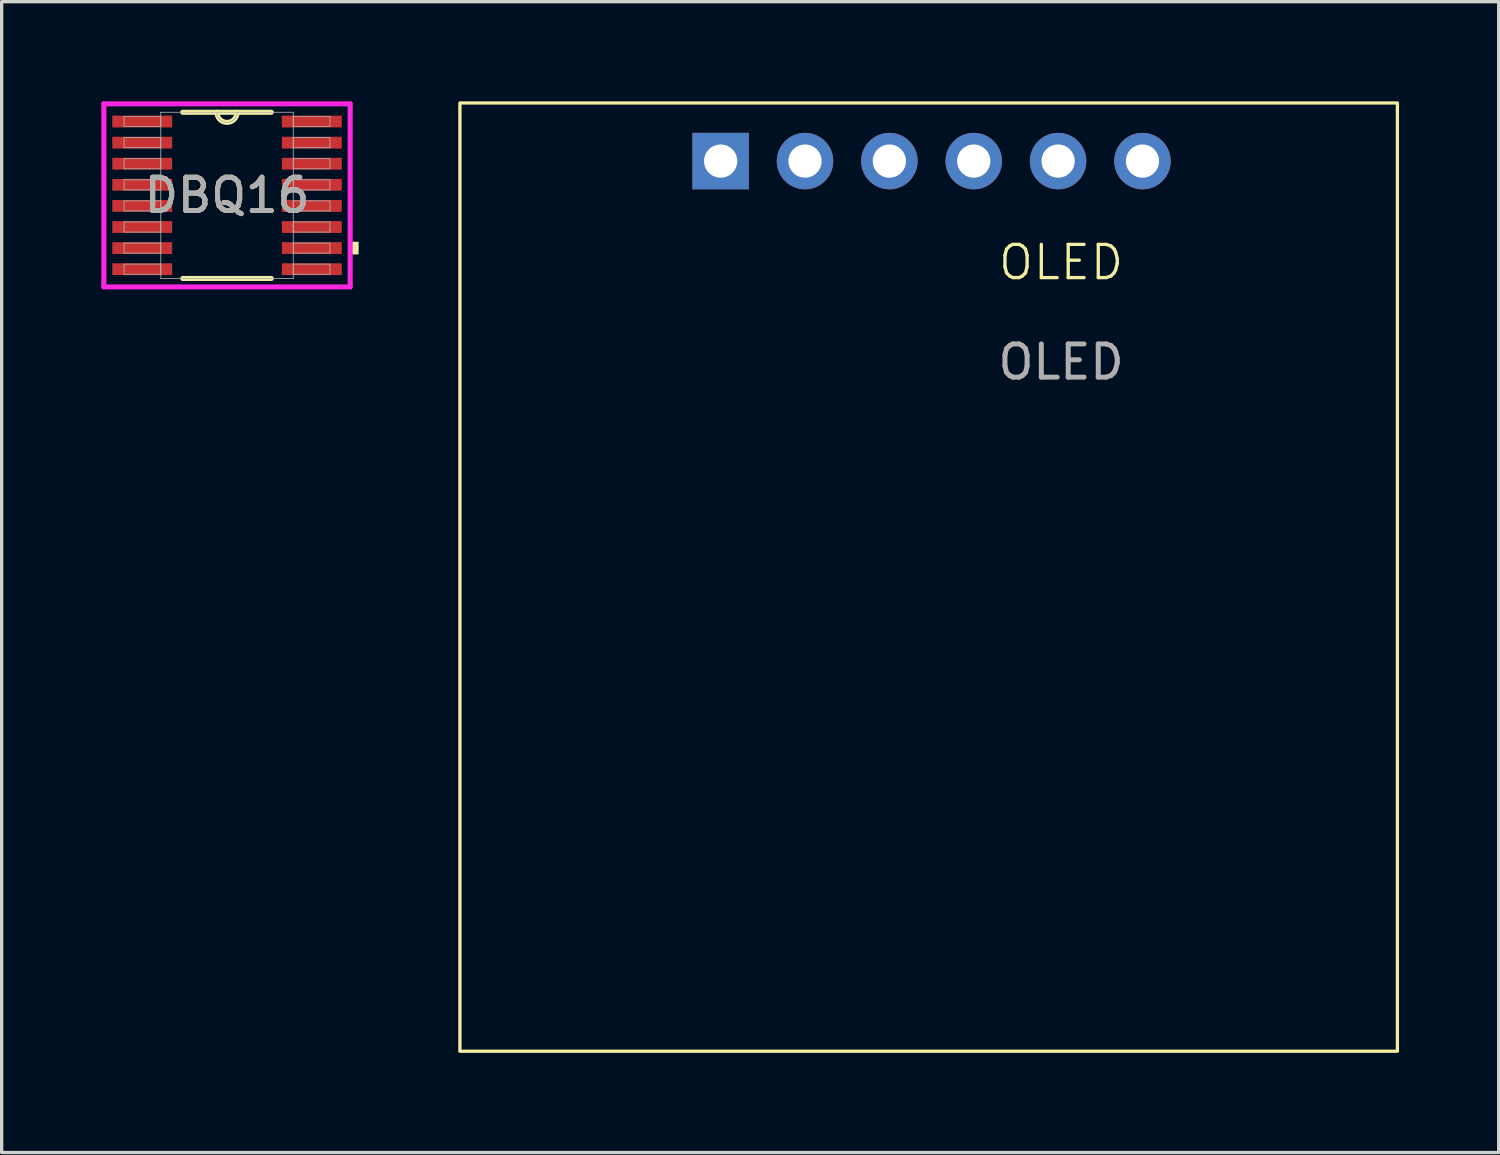
<source format=kicad_pcb>
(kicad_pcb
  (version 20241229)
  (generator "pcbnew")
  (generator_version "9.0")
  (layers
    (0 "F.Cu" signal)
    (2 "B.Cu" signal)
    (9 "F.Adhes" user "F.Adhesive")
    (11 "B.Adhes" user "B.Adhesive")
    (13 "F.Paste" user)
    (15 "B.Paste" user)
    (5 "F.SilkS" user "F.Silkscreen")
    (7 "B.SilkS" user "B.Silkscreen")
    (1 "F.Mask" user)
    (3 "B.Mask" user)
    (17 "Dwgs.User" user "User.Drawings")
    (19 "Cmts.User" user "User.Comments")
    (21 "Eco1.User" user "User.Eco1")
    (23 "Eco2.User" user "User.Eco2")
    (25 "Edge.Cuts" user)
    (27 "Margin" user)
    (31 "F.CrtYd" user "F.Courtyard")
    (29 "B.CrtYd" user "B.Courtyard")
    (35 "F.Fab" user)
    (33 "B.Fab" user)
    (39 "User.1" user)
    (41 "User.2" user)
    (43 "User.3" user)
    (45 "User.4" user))
  (footprint "DBQ16"
    (layer "F.Cu")
    (at 3.785 2.832)
    (property "Reference" "DBQ16" (at 0 0 0) (unlocked yes) (layer "F.SilkS") (effects (font (size 1 1) (thickness 0.15))))
    (attr smd)
    (fp_line (start -1.334 2.502) (end 1.334 2.502) (stroke (width 0.152) (type solid)) (layer "F.SilkS"))
    (fp_line (start 1.334 -2.502) (end -1.334 -2.502) (stroke (width 0.152) (type solid)) (layer "F.SilkS"))
    (fp_arc (start 0.3048 -2.5019) (mid 0 -2.1971) (end -0.3048 -2.5019) (stroke (width 0.1524) (type solid)) (layer "F.SilkS"))
    (fp_poly (pts (xy 3.962 1.397) (xy 3.962 1.778) (xy 3.708 1.778) (xy 3.708 1.397)) (stroke (width 0) (type solid)) (fill yes) (layer "F.SilkS"))
    (fp_line (start -3.708 -2.756) (end 3.708 -2.756) (stroke (width 0.152) (type solid)) (layer "F.CrtYd"))
    (fp_line (start -3.708 2.756) (end -3.708 -2.756) (stroke (width 0.152) (type solid)) (layer "F.CrtYd"))
    (fp_line (start 3.708 -2.756) (end 3.708 2.756) (stroke (width 0.152) (type solid)) (layer "F.CrtYd"))
    (fp_line (start 3.708 2.756) (end -3.708 2.756) (stroke (width 0.152) (type solid)) (layer "F.CrtYd"))
    (fp_line (start -3.099 -2.375) (end -3.099 -2.07) (stroke (width 0.025) (type solid)) (layer "F.Fab"))
    (fp_line (start -3.099 -2.07) (end -1.994 -2.07) (stroke (width 0.025) (type solid)) (layer "F.Fab"))
    (fp_line (start -3.099 -1.74) (end -3.099 -1.435) (stroke (width 0.025) (type solid)) (layer "F.Fab"))
    (fp_line (start -3.099 -1.435) (end -1.994 -1.435) (stroke (width 0.025) (type solid)) (layer "F.Fab"))
    (fp_line (start -3.099 -1.105) (end -3.099 -0.8) (stroke (width 0.025) (type solid)) (layer "F.Fab"))
    (fp_line (start -3.099 -0.8) (end -1.994 -0.8) (stroke (width 0.025) (type solid)) (layer "F.Fab"))
    (fp_line (start -3.099 -0.47) (end -3.099 -0.165) (stroke (width 0.025) (type solid)) (layer "F.Fab"))
    (fp_line (start -3.099 -0.165) (end -1.994 -0.165) (stroke (width 0.025) (type solid)) (layer "F.Fab"))
    (fp_line (start -3.099 0.165) (end -3.099 0.47) (stroke (width 0.025) (type solid)) (layer "F.Fab"))
    (fp_line (start -3.099 0.47) (end -1.994 0.47) (stroke (width 0.025) (type solid)) (layer "F.Fab"))
    (fp_line (start -3.099 0.8) (end -3.099 1.105) (stroke (width 0.025) (type solid)) (layer "F.Fab"))
    (fp_line (start -3.099 1.105) (end -1.994 1.105) (stroke (width 0.025) (type solid)) (layer "F.Fab"))
    (fp_line (start -3.099 1.435) (end -3.099 1.74) (stroke (width 0.025) (type solid)) (layer "F.Fab"))
    (fp_line (start -3.099 1.74) (end -1.994 1.74) (stroke (width 0.025) (type solid)) (layer "F.Fab"))
    (fp_line (start -3.099 2.07) (end -3.099 2.375) (stroke (width 0.025) (type solid)) (layer "F.Fab"))
    (fp_line (start -3.099 2.375) (end -1.994 2.375) (stroke (width 0.025) (type solid)) (layer "F.Fab"))
    (fp_line (start -1.994 -2.502) (end -1.994 2.502) (stroke (width 0.025) (type solid)) (layer "F.Fab"))
    (fp_line (start -1.994 -2.375) (end -3.099 -2.375) (stroke (width 0.025) (type solid)) (layer "F.Fab"))
    (fp_line (start -1.994 -2.07) (end -1.994 -2.375) (stroke (width 0.025) (type solid)) (layer "F.Fab"))
    (fp_line (start -1.994 -1.74) (end -3.099 -1.74) (stroke (width 0.025) (type solid)) (layer "F.Fab"))
    (fp_line (start -1.994 -1.435) (end -1.994 -1.74) (stroke (width 0.025) (type solid)) (layer "F.Fab"))
    (fp_line (start -1.994 -1.105) (end -3.099 -1.105) (stroke (width 0.025) (type solid)) (layer "F.Fab"))
    (fp_line (start -1.994 -0.8) (end -1.994 -1.105) (stroke (width 0.025) (type solid)) (layer "F.Fab"))
    (fp_line (start -1.994 -0.47) (end -3.099 -0.47) (stroke (width 0.025) (type solid)) (layer "F.Fab"))
    (fp_line (start -1.994 -0.165) (end -1.994 -0.47) (stroke (width 0.025) (type solid)) (layer "F.Fab"))
    (fp_line (start -1.994 0.165) (end -3.099 0.165) (stroke (width 0.025) (type solid)) (layer "F.Fab"))
    (fp_line (start -1.994 0.47) (end -1.994 0.165) (stroke (width 0.025) (type solid)) (layer "F.Fab"))
    (fp_line (start -1.994 0.8) (end -3.099 0.8) (stroke (width 0.025) (type solid)) (layer "F.Fab"))
    (fp_line (start -1.994 1.105) (end -1.994 0.8) (stroke (width 0.025) (type solid)) (layer "F.Fab"))
    (fp_line (start -1.994 1.435) (end -3.099 1.435) (stroke (width 0.025) (type solid)) (layer "F.Fab"))
    (fp_line (start -1.994 1.74) (end -1.994 1.435) (stroke (width 0.025) (type solid)) (layer "F.Fab"))
    (fp_line (start -1.994 2.07) (end -3.099 2.07) (stroke (width 0.025) (type solid)) (layer "F.Fab"))
    (fp_line (start -1.994 2.375) (end -1.994 2.07) (stroke (width 0.025) (type solid)) (layer "F.Fab"))
    (fp_line (start -1.994 2.502) (end 1.994 2.502) (stroke (width 0.025) (type solid)) (layer "F.Fab"))
    (fp_line (start 1.994 -2.502) (end -1.994 -2.502) (stroke (width 0.025) (type solid)) (layer "F.Fab"))
    (fp_line (start 1.994 -2.375) (end 1.994 -2.07) (stroke (width 0.025) (type solid)) (layer "F.Fab"))
    (fp_line (start 1.994 -2.07) (end 3.099 -2.07) (stroke (width 0.025) (type solid)) (layer "F.Fab"))
    (fp_line (start 1.994 -1.74) (end 1.994 -1.435) (stroke (width 0.025) (type solid)) (layer "F.Fab"))
    (fp_line (start 1.994 -1.435) (end 3.099 -1.435) (stroke (width 0.025) (type solid)) (layer "F.Fab"))
    (fp_line (start 1.994 -1.105) (end 1.994 -0.8) (stroke (width 0.025) (type solid)) (layer "F.Fab"))
    (fp_line (start 1.994 -0.8) (end 3.099 -0.8) (stroke (width 0.025) (type solid)) (layer "F.Fab"))
    (fp_line (start 1.994 -0.47) (end 1.994 -0.165) (stroke (width 0.025) (type solid)) (layer "F.Fab"))
    (fp_line (start 1.994 -0.165) (end 3.099 -0.165) (stroke (width 0.025) (type solid)) (layer "F.Fab"))
    (fp_line (start 1.994 0.165) (end 1.994 0.47) (stroke (width 0.025) (type solid)) (layer "F.Fab"))
    (fp_line (start 1.994 0.47) (end 3.099 0.47) (stroke (width 0.025) (type solid)) (layer "F.Fab"))
    (fp_line (start 1.994 0.8) (end 1.994 1.105) (stroke (width 0.025) (type solid)) (layer "F.Fab"))
    (fp_line (start 1.994 1.105) (end 3.099 1.105) (stroke (width 0.025) (type solid)) (layer "F.Fab"))
    (fp_line (start 1.994 1.435) (end 1.994 1.74) (stroke (width 0.025) (type solid)) (layer "F.Fab"))
    (fp_line (start 1.994 1.74) (end 3.099 1.74) (stroke (width 0.025) (type solid)) (layer "F.Fab"))
    (fp_line (start 1.994 2.07) (end 1.994 2.375) (stroke (width 0.025) (type solid)) (layer "F.Fab"))
    (fp_line (start 1.994 2.375) (end 3.099 2.375) (stroke (width 0.025) (type solid)) (layer "F.Fab"))
    (fp_line (start 1.994 2.502) (end 1.994 -2.502) (stroke (width 0.025) (type solid)) (layer "F.Fab"))
    (fp_line (start 3.099 -2.375) (end 1.994 -2.375) (stroke (width 0.025) (type solid)) (layer "F.Fab"))
    (fp_line (start 3.099 -2.07) (end 3.099 -2.375) (stroke (width 0.025) (type solid)) (layer "F.Fab"))
    (fp_line (start 3.099 -1.74) (end 1.994 -1.74) (stroke (width 0.025) (type solid)) (layer "F.Fab"))
    (fp_line (start 3.099 -1.435) (end 3.099 -1.74) (stroke (width 0.025) (type solid)) (layer "F.Fab"))
    (fp_line (start 3.099 -1.105) (end 1.994 -1.105) (stroke (width 0.025) (type solid)) (layer "F.Fab"))
    (fp_line (start 3.099 -0.8) (end 3.099 -1.105) (stroke (width 0.025) (type solid)) (layer "F.Fab"))
    (fp_line (start 3.099 -0.47) (end 1.994 -0.47) (stroke (width 0.025) (type solid)) (layer "F.Fab"))
    (fp_line (start 3.099 -0.165) (end 3.099 -0.47) (stroke (width 0.025) (type solid)) (layer "F.Fab"))
    (fp_line (start 3.099 0.165) (end 1.994 0.165) (stroke (width 0.025) (type solid)) (layer "F.Fab"))
    (fp_line (start 3.099 0.47) (end 3.099 0.165) (stroke (width 0.025) (type solid)) (layer "F.Fab"))
    (fp_line (start 3.099 0.8) (end 1.994 0.8) (stroke (width 0.025) (type solid)) (layer "F.Fab"))
    (fp_line (start 3.099 1.105) (end 3.099 0.8) (stroke (width 0.025) (type solid)) (layer "F.Fab"))
    (fp_line (start 3.099 1.435) (end 1.994 1.435) (stroke (width 0.025) (type solid)) (layer "F.Fab"))
    (fp_line (start 3.099 1.74) (end 3.099 1.435) (stroke (width 0.025) (type solid)) (layer "F.Fab"))
    (fp_line (start 3.099 2.07) (end 1.994 2.07) (stroke (width 0.025) (type solid)) (layer "F.Fab"))
    (fp_line (start 3.099 2.375) (end 3.099 2.07) (stroke (width 0.025) (type solid)) (layer "F.Fab"))
    (fp_arc (start 0.3048 -2.5019) (mid 0 -2.1971) (end -0.3048 -2.5019) (stroke (width 0.0254) (type solid)) (layer "F.Fab"))
    (fp_text user "${REFERENCE}" (at 0 0 0) (unlocked yes) (layer "F.Fab") (effects (font (size 1 1) (thickness 0.15))))
    (pad "1" smd rect (at -2.553 -2.223) (size 1.803 0.356) (layers "F.Cu" "F.Mask" "F.Paste"))
    (pad "2" smd rect (at -2.553 -1.587) (size 1.803 0.356) (layers "F.Cu" "F.Mask" "F.Paste"))
    (pad "3" smd rect (at -2.553 -0.953) (size 1.803 0.356) (layers "F.Cu" "F.Mask" "F.Paste"))
    (pad "4" smd rect (at -2.553 -0.318) (size 1.803 0.356) (layers "F.Cu" "F.Mask" "F.Paste"))
    (pad "5" smd rect (at -2.553 0.318) (size 1.803 0.356) (layers "F.Cu" "F.Mask" "F.Paste"))
    (pad "6" smd rect (at -2.553 0.953) (size 1.803 0.356) (layers "F.Cu" "F.Mask" "F.Paste"))
    (pad "7" smd rect (at -2.553 1.587) (size 1.803 0.356) (layers "F.Cu" "F.Mask" "F.Paste"))
    (pad "8" smd rect (at -2.553 2.223) (size 1.803 0.356) (layers "F.Cu" "F.Mask" "F.Paste"))
    (pad "9" smd rect (at 2.553 2.223) (size 1.803 0.356) (layers "F.Cu" "F.Mask" "F.Paste"))
    (pad "10" smd rect (at 2.553 1.587) (size 1.803 0.356) (layers "F.Cu" "F.Mask" "F.Paste"))
    (pad "11" smd rect (at 2.553 0.953) (size 1.803 0.356) (layers "F.Cu" "F.Mask" "F.Paste"))
    (pad "12" smd rect (at 2.553 0.318) (size 1.803 0.356) (layers "F.Cu" "F.Mask" "F.Paste"))
    (pad "13" smd rect (at 2.553 -0.318) (size 1.803 0.356) (layers "F.Cu" "F.Mask" "F.Paste"))
    (pad "14" smd rect (at 2.553 -0.953) (size 1.803 0.356) (layers "F.Cu" "F.Mask" "F.Paste"))
    (pad "15" smd rect (at 2.553 -1.587) (size 1.803 0.356) (layers "F.Cu" "F.Mask" "F.Paste"))
    (pad "16" smd rect (at 2.553 -2.223) (size 1.803 0.356) (layers "F.Cu" "F.Mask" "F.Paste")))
  (footprint "OLED"
    (layer "F.Cu")
    (at 28.897 5.35)
    (property "Reference" "OLED" (at 0 -0.5 0) (unlocked yes) (layer "F.SilkS") (effects (font (size 1 1) (thickness 0.1))))
    (fp_rect (start -18.1 -5.3) (end 10.125 23.25) (stroke (width 0.1) (type default)) (fill no) (layer "F.SilkS"))
    (fp_text user "${REFERENCE}" (at 0 2.5 0) (unlocked yes) (layer "F.Fab") (effects (font (size 1 1) (thickness 0.15))))
    (pad "1" thru_hole rect (at -10.25 -3.55 90) (size 1.7 1.7) (drill 1) (layers "*.Cu" "*.Mask"))
    (pad "2" thru_hole oval (at -7.71 -3.55 90) (size 1.7 1.7) (drill 1) (layers "*.Cu" "*.Mask"))
    (pad "3" thru_hole oval (at -5.17 -3.55 90) (size 1.7 1.7) (drill 1) (layers "*.Cu" "*.Mask"))
    (pad "4" thru_hole oval (at -2.63 -3.55 90) (size 1.7 1.7) (drill 1) (layers "*.Cu" "*.Mask"))
    (pad "5" thru_hole oval (at -0.09 -3.55 90) (size 1.7 1.7) (drill 1) (layers "*.Cu" "*.Mask"))
    (pad "6" thru_hole oval (at 2.45 -3.55 90) (size 1.7 1.7) (drill 1) (layers "*.Cu" "*.Mask")))
  (gr_rect
    (start -3 -3)
    (end 42.072 31.65)
    (stroke (width 0.1) (type default))
    (fill no)
    (layer "Edge.Cuts")))
</source>
